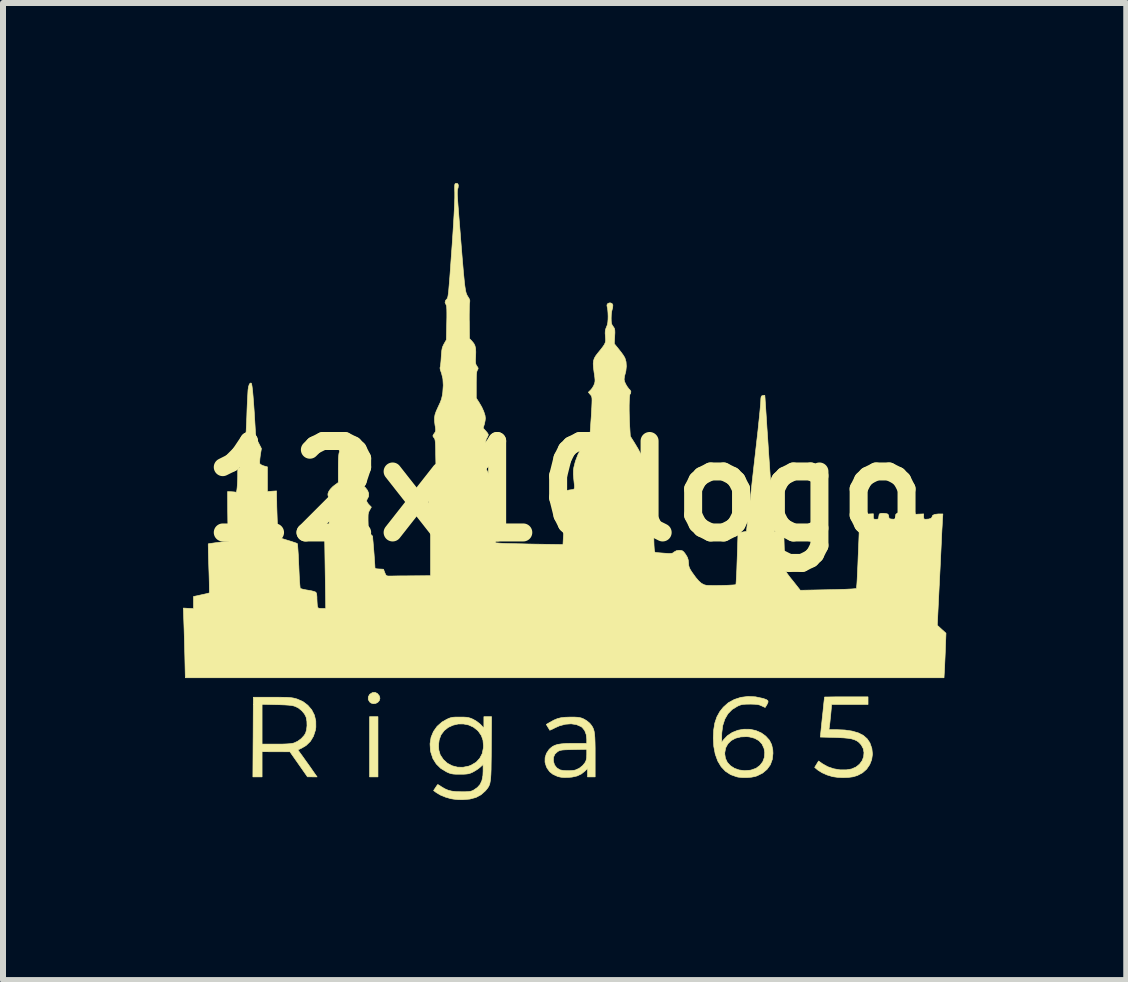
<source format=kicad_pcb>
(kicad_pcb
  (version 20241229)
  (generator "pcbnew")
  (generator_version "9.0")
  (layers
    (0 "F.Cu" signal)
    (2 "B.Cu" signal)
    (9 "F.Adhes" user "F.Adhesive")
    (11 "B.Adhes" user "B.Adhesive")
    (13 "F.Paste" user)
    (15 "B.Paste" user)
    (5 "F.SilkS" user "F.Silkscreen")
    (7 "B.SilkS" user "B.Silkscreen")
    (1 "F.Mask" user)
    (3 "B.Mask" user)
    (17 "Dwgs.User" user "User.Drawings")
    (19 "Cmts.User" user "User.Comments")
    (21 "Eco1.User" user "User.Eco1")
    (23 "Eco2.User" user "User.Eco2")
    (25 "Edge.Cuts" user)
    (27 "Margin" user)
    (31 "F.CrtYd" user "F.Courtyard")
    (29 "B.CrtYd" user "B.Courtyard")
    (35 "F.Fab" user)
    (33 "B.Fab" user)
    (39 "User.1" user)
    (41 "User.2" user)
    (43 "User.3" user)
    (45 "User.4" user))
  (footprint "12x10logo"
    (layer "F.Cu")
    (at 6.359 5.133)
    (property "Reference" "12x10logo" (at 0 0 0) (layer "F.SilkS") (effects (font (size 1.524 1.524) (thickness 0.3))))
    (attr through_hole)
    (fp_poly (pts (xy -3.111 4.763) (xy -3.251 4.763) (xy -3.251 3.759) (xy -3.111 3.759) (xy -3.111 4.763)) (stroke (width 0.01) (type solid)) (fill yes) (layer "F.SilkS"))
    (fp_poly (pts (xy -3.12 3.373) (xy -3.088 3.413) (xy -3.078 3.453) (xy -3.088 3.49) (xy -3.113 3.519) (xy -3.148 3.538) (xy -3.187 3.543) (xy -3.226 3.532) (xy -3.249 3.514) (xy -3.273 3.473) (xy -3.272 3.429) (xy -3.249 3.387) (xy -3.245 3.384) (xy -3.204 3.358) (xy -3.16 3.354) (xy -3.12 3.373)) (stroke (width 0.01) (type solid)) (fill yes) (layer "F.SilkS"))
    (fp_poly (pts (xy -4.771 3.435) (xy -4.693 3.436) (xy -4.632 3.437) (xy -4.586 3.44) (xy -4.549 3.444) (xy -4.518 3.449) (xy -4.489 3.456) (xy -4.461 3.464) (xy -4.362 3.507) (xy -4.28 3.569) (xy -4.215 3.645) (xy -4.17 3.733) (xy -4.147 3.831) (xy -4.146 3.935) (xy -4.153 3.984) (xy -4.186 4.085) (xy -4.237 4.17) (xy -4.308 4.239) (xy -4.382 4.283) (xy -4.445 4.313) (xy -4.358 4.433) (xy -4.314 4.495) (xy -4.265 4.563) (xy -4.22 4.627) (xy -4.199 4.658) (xy -4.125 4.763) (xy -4.206 4.762) (xy -4.286 4.761) (xy -4.432 4.552) (xy -4.578 4.344) (xy -5.042 4.343) (xy -5.042 4.763) (xy -5.195 4.763) (xy -5.192 4.216) (xy -5.042 4.216) (xy -4.809 4.216) (xy -4.71 4.216) (xy -4.632 4.213) (xy -4.574 4.209) (xy -4.531 4.202) (xy -4.513 4.198) (xy -4.449 4.169) (xy -4.388 4.124) (xy -4.339 4.07) (xy -4.317 4.033) (xy -4.301 3.978) (xy -4.293 3.91) (xy -4.295 3.838) (xy -4.307 3.772) (xy -4.308 3.767) (xy -4.336 3.712) (xy -4.381 3.659) (xy -4.437 3.614) (xy -4.49 3.588) (xy -4.519 3.579) (xy -4.555 3.572) (xy -4.603 3.567) (xy -4.665 3.563) (xy -4.746 3.56) (xy -4.797 3.559) (xy -5.042 3.553) (xy -5.042 4.216) (xy -5.192 4.216) (xy -5.191 4.099) (xy -5.188 3.435) (xy -4.87 3.435) (xy -4.771 3.435)) (stroke (width 0.01) (type solid)) (fill yes) (layer "F.SilkS"))
    (fp_poly (pts (xy 5.055 3.556) (xy 4.449 3.556) (xy 4.434 3.718) (xy 4.427 3.784) (xy 4.421 3.846) (xy 4.415 3.896) (xy 4.411 3.927) (xy 4.411 3.927) (xy 4.404 3.975) (xy 4.519 3.975) (xy 4.665 3.981) (xy 4.789 3.999) (xy 4.893 4.029) (xy 4.976 4.071) (xy 5.04 4.127) (xy 5.086 4.195) (xy 5.119 4.289) (xy 5.129 4.383) (xy 5.116 4.474) (xy 5.083 4.558) (xy 5.032 4.633) (xy 4.963 4.694) (xy 4.878 4.739) (xy 4.805 4.761) (xy 4.728 4.771) (xy 4.638 4.774) (xy 4.548 4.77) (xy 4.469 4.759) (xy 4.454 4.755) (xy 4.372 4.73) (xy 4.293 4.695) (xy 4.227 4.655) (xy 4.207 4.639) (xy 4.166 4.604) (xy 4.231 4.497) (xy 4.293 4.542) (xy 4.381 4.592) (xy 4.483 4.627) (xy 4.589 4.645) (xy 4.695 4.645) (xy 4.782 4.63) (xy 4.856 4.597) (xy 4.914 4.55) (xy 4.957 4.492) (xy 4.982 4.426) (xy 4.988 4.358) (xy 4.975 4.29) (xy 4.941 4.228) (xy 4.902 4.186) (xy 4.869 4.162) (xy 4.83 4.144) (xy 4.782 4.129) (xy 4.722 4.119) (xy 4.646 4.112) (xy 4.549 4.107) (xy 4.495 4.105) (xy 4.26 4.099) (xy 4.294 3.767) (xy 4.304 3.678) (xy 4.312 3.598) (xy 4.319 3.53) (xy 4.325 3.478) (xy 4.329 3.444) (xy 4.33 3.432) (xy 4.342 3.431) (xy 4.377 3.431) (xy 4.43 3.43) (xy 4.5 3.429) (xy 4.582 3.429) (xy 4.673 3.429) (xy 4.693 3.429) (xy 5.055 3.429) (xy 5.055 3.556)) (stroke (width 0.01) (type solid)) (fill yes) (layer "F.SilkS"))
    (fp_poly (pts (xy 3.179 3.428) (xy 3.306 3.455) (xy 3.312 3.457) (xy 3.36 3.474) (xy 3.385 3.491) (xy 3.39 3.514) (xy 3.376 3.547) (xy 3.366 3.565) (xy 3.341 3.606) (xy 3.28 3.578) (xy 3.247 3.564) (xy 3.212 3.556) (xy 3.168 3.552) (xy 3.108 3.55) (xy 3.086 3.55) (xy 3.022 3.551) (xy 2.976 3.554) (xy 2.94 3.561) (xy 2.905 3.573) (xy 2.881 3.584) (xy 2.792 3.638) (xy 2.721 3.71) (xy 2.669 3.8) (xy 2.634 3.907) (xy 2.618 4.031) (xy 2.617 4.083) (xy 2.617 4.185) (xy 2.645 4.147) (xy 2.713 4.075) (xy 2.795 4.021) (xy 2.888 3.985) (xy 2.986 3.968) (xy 3.087 3.969) (xy 3.185 3.99) (xy 3.277 4.03) (xy 3.35 4.083) (xy 3.411 4.15) (xy 3.449 4.225) (xy 3.468 4.312) (xy 3.471 4.369) (xy 3.46 4.471) (xy 3.427 4.561) (xy 3.372 4.637) (xy 3.298 4.699) (xy 3.206 4.745) (xy 3.175 4.755) (xy 3.115 4.767) (xy 3.042 4.773) (xy 2.965 4.773) (xy 2.895 4.767) (xy 2.867 4.761) (xy 2.766 4.725) (xy 2.68 4.669) (xy 2.608 4.593) (xy 2.551 4.498) (xy 2.51 4.385) (xy 2.508 4.376) (xy 2.667 4.376) (xy 2.679 4.453) (xy 2.711 4.521) (xy 2.762 4.576) (xy 2.828 4.619) (xy 2.907 4.647) (xy 2.996 4.658) (xy 3.091 4.651) (xy 3.11 4.647) (xy 3.189 4.619) (xy 3.254 4.571) (xy 3.301 4.51) (xy 3.328 4.437) (xy 3.334 4.357) (xy 3.323 4.29) (xy 3.289 4.216) (xy 3.237 4.159) (xy 3.166 4.119) (xy 3.077 4.096) (xy 3.034 4.092) (xy 2.934 4.096) (xy 2.847 4.118) (xy 2.775 4.157) (xy 2.72 4.211) (xy 2.683 4.279) (xy 2.668 4.36) (xy 2.667 4.376) (xy 2.508 4.376) (xy 2.485 4.256) (xy 2.477 4.116) (xy 2.483 3.981) (xy 2.502 3.865) (xy 2.536 3.764) (xy 2.585 3.675) (xy 2.644 3.601) (xy 2.727 3.527) (xy 2.826 3.473) (xy 2.936 3.437) (xy 3.055 3.422) (xy 3.179 3.428)) (stroke (width 0.01) (type solid)) (fill yes) (layer "F.SilkS"))
    (fp_poly (pts (xy 0.163 3.766) (xy 0.213 3.769) (xy 0.25 3.774) (xy 0.281 3.782) (xy 0.313 3.795) (xy 0.315 3.796) (xy 0.365 3.825) (xy 0.412 3.863) (xy 0.426 3.878) (xy 0.448 3.906) (xy 0.466 3.934) (xy 0.48 3.965) (xy 0.491 4.003) (xy 0.498 4.05) (xy 0.503 4.11) (xy 0.506 4.185) (xy 0.508 4.28) (xy 0.508 4.396) (xy 0.508 4.409) (xy 0.508 4.763) (xy 0.381 4.763) (xy 0.381 4.622) (xy 0.338 4.665) (xy 0.277 4.714) (xy 0.207 4.747) (xy 0.122 4.766) (xy 0.057 4.771) (xy -0.01 4.772) (xy -0.06 4.768) (xy -0.104 4.759) (xy -0.124 4.752) (xy -0.196 4.719) (xy -0.249 4.677) (xy -0.291 4.619) (xy -0.305 4.591) (xy -0.327 4.518) (xy -0.327 4.5) (xy -0.188 4.5) (xy -0.187 4.503) (xy -0.169 4.563) (xy -0.132 4.611) (xy -0.082 4.643) (xy -0.07 4.647) (xy -0.025 4.655) (xy 0.035 4.659) (xy 0.098 4.658) (xy 0.154 4.653) (xy 0.178 4.648) (xy 0.243 4.619) (xy 0.302 4.572) (xy 0.34 4.524) (xy 0.357 4.488) (xy 0.366 4.446) (xy 0.368 4.39) (xy 0.368 4.303) (xy 0.149 4.307) (xy 0.069 4.309) (xy 0.009 4.311) (xy -0.034 4.314) (xy -0.065 4.319) (xy -0.087 4.325) (xy -0.106 4.335) (xy -0.116 4.34) (xy -0.161 4.381) (xy -0.185 4.433) (xy -0.188 4.5) (xy -0.327 4.5) (xy -0.326 4.442) (xy -0.303 4.37) (xy -0.259 4.305) (xy -0.237 4.284) (xy -0.202 4.256) (xy -0.162 4.236) (xy -0.115 4.221) (xy -0.055 4.212) (xy 0.02 4.206) (xy 0.116 4.204) (xy 0.155 4.204) (xy 0.368 4.204) (xy 0.368 4.132) (xy 0.359 4.056) (xy 0.334 3.99) (xy 0.294 3.94) (xy 0.274 3.925) (xy 0.196 3.891) (xy 0.108 3.878) (xy 0.012 3.885) (xy -0.088 3.912) (xy -0.158 3.943) (xy -0.199 3.964) (xy -0.231 3.978) (xy -0.247 3.985) (xy -0.248 3.985) (xy -0.255 3.973) (xy -0.27 3.947) (xy -0.278 3.935) (xy -0.306 3.888) (xy -0.248 3.854) (xy -0.181 3.817) (xy -0.122 3.792) (xy -0.063 3.777) (xy 0.004 3.769) (xy 0.087 3.766) (xy 0.095 3.766) (xy 0.163 3.766)) (stroke (width 0.01) (type solid)) (fill yes) (layer "F.SilkS"))
    (fp_poly (pts (xy -1.222 4.289) (xy -1.223 4.428) (xy -1.225 4.544) (xy -1.226 4.64) (xy -1.229 4.717) (xy -1.233 4.78) (xy -1.239 4.829) (xy -1.246 4.869) (xy -1.256 4.9) (xy -1.269 4.927) (xy -1.285 4.951) (xy -1.304 4.975) (xy -1.323 4.997) (xy -1.394 5.06) (xy -1.478 5.105) (xy -1.579 5.132) (xy -1.698 5.142) (xy -1.725 5.142) (xy -1.786 5.14) (xy -1.85 5.133) (xy -1.899 5.125) (xy -1.988 5.099) (xy -2.07 5.065) (xy -2.136 5.026) (xy -2.143 5.021) (xy -2.184 4.99) (xy -2.151 4.94) (xy -2.131 4.91) (xy -2.117 4.892) (xy -2.114 4.889) (xy -2.102 4.896) (xy -2.075 4.912) (xy -2.055 4.926) (xy -1.996 4.961) (xy -1.94 4.985) (xy -1.879 5) (xy -1.807 5.008) (xy -1.721 5.01) (xy -1.653 5.01) (xy -1.605 5.007) (xy -1.57 5.003) (xy -1.543 4.995) (xy -1.518 4.983) (xy -1.454 4.939) (xy -1.408 4.887) (xy -1.378 4.821) (xy -1.362 4.738) (xy -1.359 4.664) (xy -1.359 4.556) (xy -1.411 4.604) (xy -1.454 4.637) (xy -1.506 4.669) (xy -1.535 4.685) (xy -1.57 4.7) (xy -1.603 4.71) (xy -1.639 4.715) (xy -1.687 4.718) (xy -1.746 4.718) (xy -1.81 4.718) (xy -1.855 4.715) (xy -1.891 4.709) (xy -1.923 4.699) (xy -1.96 4.683) (xy -1.968 4.679) (xy -2.064 4.621) (xy -2.139 4.547) (xy -2.195 4.458) (xy -2.23 4.353) (xy -2.237 4.32) (xy -2.242 4.231) (xy -2.102 4.231) (xy -2.097 4.315) (xy -2.075 4.39) (xy -2.073 4.396) (xy -2.021 4.474) (xy -1.954 4.535) (xy -1.875 4.577) (xy -1.786 4.6) (xy -1.693 4.602) (xy -1.598 4.583) (xy -1.556 4.566) (xy -1.475 4.518) (xy -1.415 4.453) (xy -1.374 4.375) (xy -1.355 4.282) (xy -1.353 4.242) (xy -1.361 4.151) (xy -1.388 4.074) (xy -1.435 4.006) (xy -1.451 3.988) (xy -1.521 3.933) (xy -1.601 3.897) (xy -1.687 3.88) (xy -1.775 3.881) (xy -1.86 3.901) (xy -1.939 3.937) (xy -2.006 3.99) (xy -2.058 4.059) (xy -2.063 4.069) (xy -2.091 4.146) (xy -2.102 4.231) (xy -2.242 4.231) (xy -2.243 4.208) (xy -2.226 4.102) (xy -2.186 4.006) (xy -2.126 3.921) (xy -2.045 3.849) (xy -1.968 3.805) (xy -1.93 3.787) (xy -1.897 3.776) (xy -1.863 3.769) (xy -1.82 3.766) (xy -1.761 3.766) (xy -1.746 3.766) (xy -1.682 3.766) (xy -1.636 3.769) (xy -1.6 3.775) (xy -1.567 3.785) (xy -1.529 3.801) (xy -1.527 3.802) (xy -1.468 3.836) (xy -1.415 3.877) (xy -1.397 3.894) (xy -1.346 3.949) (xy -1.346 3.759) (xy -1.218 3.759) (xy -1.222 4.289)) (stroke (width 0.01) (type solid)) (fill yes) (layer "F.SilkS"))
    (fp_poly (pts (xy -1.782 -5.123) (xy -1.771 -5.098) (xy -1.775 -5.058) (xy -1.779 -5.044) (xy -1.783 -5.034) (xy -1.785 -5.022) (xy -1.787 -5.008) (xy -1.788 -4.99) (xy -1.789 -4.965) (xy -1.788 -4.932) (xy -1.785 -4.888) (xy -1.782 -4.832) (xy -1.777 -4.762) (xy -1.77 -4.675) (xy -1.762 -4.571) (xy -1.752 -4.445) (xy -1.74 -4.298) (xy -1.733 -4.204) (xy -1.719 -4.032) (xy -1.707 -3.883) (xy -1.696 -3.756) (xy -1.687 -3.649) (xy -1.678 -3.559) (xy -1.671 -3.485) (xy -1.664 -3.425) (xy -1.657 -3.378) (xy -1.651 -3.34) (xy -1.644 -3.311) (xy -1.637 -3.288) (xy -1.629 -3.27) (xy -1.621 -3.254) (xy -1.612 -3.24) (xy -1.589 -3.202) (xy -1.58 -3.173) (xy -1.582 -3.146) (xy -1.583 -3.143) (xy -1.586 -3.12) (xy -1.588 -3.075) (xy -1.589 -3.013) (xy -1.59 -2.939) (xy -1.59 -2.857) (xy -1.589 -2.824) (xy -1.586 -2.542) (xy -1.543 -2.496) (xy -1.514 -2.461) (xy -1.495 -2.423) (xy -1.484 -2.378) (xy -1.481 -2.32) (xy -1.483 -2.243) (xy -1.486 -2.185) (xy -1.485 -2.145) (xy -1.481 -2.119) (xy -1.473 -2.098) (xy -1.462 -2.082) (xy -1.444 -2.055) (xy -1.442 -2.037) (xy -1.453 -2.017) (xy -1.454 -2.016) (xy -1.461 -2.001) (xy -1.466 -1.977) (xy -1.47 -1.941) (xy -1.472 -1.889) (xy -1.473 -1.817) (xy -1.473 -1.769) (xy -1.473 -1.55) (xy -1.423 -1.472) (xy -1.381 -1.4) (xy -1.348 -1.327) (xy -1.327 -1.262) (xy -1.321 -1.214) (xy -1.325 -1.176) (xy -1.334 -1.13) (xy -1.339 -1.111) (xy -1.358 -1.05) (xy -1.314 -1.001) (xy -1.286 -0.968) (xy -1.273 -0.945) (xy -1.276 -0.922) (xy -1.291 -0.893) (xy -1.295 -0.886) (xy -1.305 -0.869) (xy -1.311 -0.849) (xy -1.316 -0.822) (xy -1.319 -0.784) (xy -1.32 -0.731) (xy -1.321 -0.658) (xy -1.321 -0.621) (xy -1.321 -0.397) (xy -1.237 -0.227) (xy -1.153 -0.058) (xy -1.162 0.152) (xy -1.171 0.362) (xy -1.132 0.411) (xy -1.109 0.443) (xy -1.094 0.467) (xy -1.092 0.475) (xy -1.1 0.493) (xy -1.119 0.521) (xy -1.13 0.535) (xy -1.167 0.58) (xy -1.159 0.721) (xy -1.152 0.862) (xy -1.062 0.869) (xy -1.028 0.871) (xy -0.973 0.873) (xy -0.899 0.875) (xy -0.81 0.877) (xy -0.711 0.879) (xy -0.603 0.882) (xy -0.5 0.884) (xy -0.028 0.891) (xy -0.021 0.76) (xy -0.018 0.709) (xy -0.015 0.638) (xy -0.011 0.552) (xy -0.007 0.459) (xy -0.003 0.363) (xy -0.001 0.319) (xy 0.003 0.232) (xy 0.007 0.154) (xy 0.012 0.088) (xy 0.016 0.038) (xy 0.02 0.006) (xy 0.023 -0.002) (xy 0.041 -0.01) (xy 0.075 -0.018) (xy 0.099 -0.021) (xy 0.128 -0.025) (xy 0.148 -0.029) (xy 0.159 -0.04) (xy 0.164 -0.06) (xy 0.163 -0.094) (xy 0.157 -0.147) (xy 0.152 -0.197) (xy 0.145 -0.279) (xy 0.146 -0.347) (xy 0.153 -0.396) (xy 0.179 -0.498) (xy 0.22 -0.605) (xy 0.272 -0.708) (xy 0.331 -0.798) (xy 0.37 -0.845) (xy 0.418 -0.897) (xy 0.431 -1.061) (xy 0.436 -1.143) (xy 0.443 -1.238) (xy 0.448 -1.332) (xy 0.452 -1.398) (xy 0.455 -1.467) (xy 0.456 -1.515) (xy 0.455 -1.548) (xy 0.451 -1.57) (xy 0.444 -1.587) (xy 0.433 -1.602) (xy 0.427 -1.608) (xy 0.395 -1.647) (xy 0.432 -1.683) (xy 0.461 -1.718) (xy 0.486 -1.762) (xy 0.491 -1.775) (xy 0.5 -1.8) (xy 0.505 -1.824) (xy 0.506 -1.852) (xy 0.503 -1.889) (xy 0.496 -1.943) (xy 0.49 -1.98) (xy 0.48 -2.061) (xy 0.476 -2.123) (xy 0.481 -2.172) (xy 0.495 -2.215) (xy 0.52 -2.257) (xy 0.552 -2.299) (xy 0.602 -2.36) (xy 0.637 -2.406) (xy 0.661 -2.441) (xy 0.675 -2.471) (xy 0.682 -2.499) (xy 0.682 -2.531) (xy 0.679 -2.57) (xy 0.679 -2.576) (xy 0.675 -2.631) (xy 0.677 -2.67) (xy 0.684 -2.702) (xy 0.697 -2.734) (xy 0.711 -2.77) (xy 0.719 -2.811) (xy 0.723 -2.863) (xy 0.724 -2.913) (xy 0.722 -2.97) (xy 0.718 -3.02) (xy 0.713 -3.056) (xy 0.709 -3.066) (xy 0.704 -3.101) (xy 0.72 -3.127) (xy 0.754 -3.137) (xy 0.757 -3.137) (xy 0.788 -3.127) (xy 0.803 -3.1) (xy 0.8 -3.057) (xy 0.794 -3.035) (xy 0.784 -2.995) (xy 0.777 -2.94) (xy 0.775 -2.884) (xy 0.775 -2.884) (xy 0.776 -2.831) (xy 0.78 -2.796) (xy 0.79 -2.769) (xy 0.808 -2.743) (xy 0.808 -2.742) (xy 0.823 -2.721) (xy 0.832 -2.701) (xy 0.836 -2.675) (xy 0.837 -2.638) (xy 0.834 -2.583) (xy 0.834 -2.577) (xy 0.827 -2.456) (xy 0.904 -2.361) (xy 0.941 -2.314) (xy 0.975 -2.267) (xy 0.999 -2.228) (xy 1.005 -2.216) (xy 1.023 -2.154) (xy 1.028 -2.079) (xy 1.02 -2.001) (xy 1.01 -1.961) (xy 0.998 -1.916) (xy 0.992 -1.874) (xy 0.991 -1.86) (xy 0.998 -1.825) (xy 1.018 -1.781) (xy 1.045 -1.736) (xy 1.074 -1.699) (xy 1.084 -1.691) (xy 1.103 -1.662) (xy 1.1 -1.63) (xy 1.089 -1.615) (xy 1.084 -1.597) (xy 1.08 -1.557) (xy 1.077 -1.499) (xy 1.075 -1.427) (xy 1.075 -1.345) (xy 1.077 -1.256) (xy 1.08 -1.165) (xy 1.084 -1.074) (xy 1.086 -1.045) (xy 1.094 -0.914) (xy 1.164 -0.803) (xy 1.224 -0.703) (xy 1.27 -0.616) (xy 1.304 -0.537) (xy 1.326 -0.459) (xy 1.339 -0.378) (xy 1.345 -0.286) (xy 1.346 -0.221) (xy 1.346 -0.054) (xy 1.4 -0.043) (xy 1.434 -0.034) (xy 1.451 -0.02) (xy 1.46 0.007) (xy 1.462 0.019) (xy 1.464 0.043) (xy 1.467 0.09) (xy 1.469 0.155) (xy 1.472 0.236) (xy 1.475 0.33) (xy 1.477 0.433) (xy 1.48 0.542) (xy 1.48 0.543) (xy 1.482 0.666) (xy 1.485 0.766) (xy 1.487 0.845) (xy 1.489 0.906) (xy 1.492 0.951) (xy 1.495 0.983) (xy 1.499 1.003) (xy 1.503 1.015) (xy 1.508 1.02) (xy 1.51 1.021) (xy 1.531 1.024) (xy 1.57 1.028) (xy 1.623 1.032) (xy 1.662 1.035) (xy 1.721 1.039) (xy 1.761 1.039) (xy 1.787 1.037) (xy 1.805 1.03) (xy 1.819 1.019) (xy 1.823 1.015) (xy 1.865 0.992) (xy 1.903 0.987) (xy 1.938 0.989) (xy 1.963 0.996) (xy 1.985 1.014) (xy 2.011 1.048) (xy 2.021 1.063) (xy 2.046 1.106) (xy 2.059 1.148) (xy 2.064 1.196) (xy 2.067 1.238) (xy 2.076 1.271) (xy 2.092 1.306) (xy 2.12 1.35) (xy 2.128 1.361) (xy 2.185 1.44) (xy 2.234 1.497) (xy 2.279 1.537) (xy 2.322 1.56) (xy 2.356 1.569) (xy 2.387 1.572) (xy 2.435 1.573) (xy 2.495 1.574) (xy 2.563 1.573) (xy 2.633 1.572) (xy 2.701 1.57) (xy 2.762 1.567) (xy 2.811 1.564) (xy 2.843 1.561) (xy 2.853 1.558) (xy 2.855 1.544) (xy 2.858 1.508) (xy 2.861 1.452) (xy 2.865 1.379) (xy 2.869 1.294) (xy 2.872 1.198) (xy 2.875 1.121) (xy 2.889 0.692) (xy 2.958 0.683) (xy 2.997 0.677) (xy 3.022 0.672) (xy 3.029 0.67) (xy 3.031 0.657) (xy 3.035 0.619) (xy 3.042 0.559) (xy 3.052 0.477) (xy 3.064 0.375) (xy 3.078 0.253) (xy 3.094 0.114) (xy 3.112 -0.043) (xy 3.131 -0.216) (xy 3.152 -0.403) (xy 3.175 -0.604) (xy 3.199 -0.817) (xy 3.208 -0.895) (xy 3.221 -1.009) (xy 3.232 -1.119) (xy 3.243 -1.221) (xy 3.252 -1.312) (xy 3.259 -1.389) (xy 3.264 -1.448) (xy 3.267 -1.485) (xy 3.267 -1.488) (xy 3.269 -1.538) (xy 3.273 -1.567) (xy 3.28 -1.583) (xy 3.292 -1.59) (xy 3.302 -1.592) (xy 3.326 -1.596) (xy 3.335 -1.596) (xy 3.336 -1.583) (xy 3.339 -1.549) (xy 3.342 -1.498) (xy 3.347 -1.433) (xy 3.351 -1.365) (xy 3.357 -1.275) (xy 3.364 -1.17) (xy 3.371 -1.052) (xy 3.38 -0.924) (xy 3.389 -0.788) (xy 3.398 -0.647) (xy 3.408 -0.503) (xy 3.418 -0.358) (xy 3.428 -0.214) (xy 3.437 -0.075) (xy 3.447 0.058) (xy 3.455 0.183) (xy 3.463 0.296) (xy 3.47 0.397) (xy 3.476 0.481) (xy 3.481 0.548) (xy 3.485 0.594) (xy 3.487 0.617) (xy 3.487 0.619) (xy 3.494 0.672) (xy 3.573 0.676) (xy 3.651 0.679) (xy 3.659 0.94) (xy 3.662 1.023) (xy 3.664 1.102) (xy 3.666 1.172) (xy 3.667 1.227) (xy 3.668 1.262) (xy 3.669 1.265) (xy 3.67 1.29) (xy 3.674 1.312) (xy 3.684 1.335) (xy 3.701 1.363) (xy 3.727 1.4) (xy 3.766 1.451) (xy 3.799 1.491) (xy 3.927 1.653) (xy 4.316 1.645) (xy 4.417 1.643) (xy 4.514 1.641) (xy 4.602 1.638) (xy 4.678 1.636) (xy 4.738 1.633) (xy 4.777 1.631) (xy 4.784 1.631) (xy 4.862 1.624) (xy 4.869 1.552) (xy 4.871 1.524) (xy 4.874 1.473) (xy 4.877 1.404) (xy 4.881 1.318) (xy 4.886 1.219) (xy 4.89 1.11) (xy 4.895 0.995) (xy 4.897 0.94) (xy 4.902 0.825) (xy 4.906 0.719) (xy 4.91 0.623) (xy 4.914 0.54) (xy 4.917 0.474) (xy 4.92 0.426) (xy 4.922 0.399) (xy 4.923 0.395) (xy 4.937 0.391) (xy 4.97 0.388) (xy 5.017 0.385) (xy 5.036 0.383) (xy 5.144 0.378) (xy 5.144 0.424) (xy 5.145 0.454) (xy 5.156 0.467) (xy 5.181 0.47) (xy 5.187 0.47) (xy 5.216 0.468) (xy 5.229 0.457) (xy 5.234 0.429) (xy 5.235 0.422) (xy 5.24 0.39) (xy 5.252 0.376) (xy 5.276 0.37) (xy 5.316 0.37) (xy 5.354 0.374) (xy 5.384 0.383) (xy 5.397 0.402) (xy 5.4 0.423) (xy 5.405 0.449) (xy 5.417 0.461) (xy 5.444 0.466) (xy 5.458 0.467) (xy 5.512 0.471) (xy 5.512 0.426) (xy 5.515 0.395) (xy 5.526 0.378) (xy 5.551 0.372) (xy 5.594 0.375) (xy 5.614 0.378) (xy 5.654 0.385) (xy 5.675 0.393) (xy 5.685 0.407) (xy 5.687 0.422) (xy 5.692 0.443) (xy 5.703 0.454) (xy 5.729 0.457) (xy 5.753 0.457) (xy 5.79 0.456) (xy 5.809 0.45) (xy 5.817 0.436) (xy 5.819 0.422) (xy 5.823 0.403) (xy 5.832 0.392) (xy 5.854 0.387) (xy 5.895 0.384) (xy 5.902 0.384) (xy 5.982 0.38) (xy 5.982 0.425) (xy 5.984 0.455) (xy 5.995 0.468) (xy 6.012 0.47) (xy 6.066 0.466) (xy 6.104 0.454) (xy 6.121 0.436) (xy 6.121 0.431) (xy 6.133 0.404) (xy 6.168 0.388) (xy 6.226 0.381) (xy 6.236 0.381) (xy 6.302 0.381) (xy 6.294 0.505) (xy 6.291 0.572) (xy 6.286 0.652) (xy 6.282 0.733) (xy 6.28 0.781) (xy 6.278 0.824) (xy 6.275 0.89) (xy 6.271 0.974) (xy 6.266 1.074) (xy 6.261 1.187) (xy 6.255 1.31) (xy 6.248 1.439) (xy 6.242 1.571) (xy 6.241 1.585) (xy 6.209 2.236) (xy 6.281 2.302) (xy 6.354 2.368) (xy 6.345 2.603) (xy 6.342 2.69) (xy 6.338 2.78) (xy 6.334 2.865) (xy 6.331 2.937) (xy 6.329 2.975) (xy 6.321 3.111) (xy -6.321 3.111) (xy -6.329 2.753) (xy -6.332 2.645) (xy -6.335 2.532) (xy -6.338 2.42) (xy -6.341 2.315) (xy -6.344 2.225) (xy -6.346 2.172) (xy -6.354 1.949) (xy -6.269 1.954) (xy -6.185 1.958) (xy -6.185 1.757) (xy -6.056 1.729) (xy -6.002 1.717) (xy -5.957 1.707) (xy -5.929 1.699) (xy -5.921 1.696) (xy -5.92 1.682) (xy -5.92 1.647) (xy -5.921 1.592) (xy -5.922 1.52) (xy -5.924 1.436) (xy -5.927 1.341) (xy -5.929 1.287) (xy -5.932 1.189) (xy -5.935 1.098) (xy -5.937 1.02) (xy -5.938 0.956) (xy -5.939 0.909) (xy -5.939 0.884) (xy -5.938 0.879) (xy -5.925 0.876) (xy -5.891 0.871) (xy -5.841 0.864) (xy -5.781 0.856) (xy -5.766 0.854) (xy -5.598 0.834) (xy -5.605 0.744) (xy -5.607 0.706) (xy -5.61 0.647) (xy -5.611 0.573) (xy -5.613 0.487) (xy -5.614 0.395) (xy -5.615 0.331) (xy -5.617 0.008) (xy -5.549 0.011) (xy -5.509 0.014) (xy -5.481 0.018) (xy -5.473 0.02) (xy -5.468 0.011) (xy -5.462 -0.019) (xy -5.457 -0.064) (xy -5.453 -0.12) (xy -5.45 -0.183) (xy -5.448 -0.247) (xy -5.448 -0.273) (xy -5.448 -0.325) (xy -5.446 -0.357) (xy -5.44 -0.375) (xy -5.428 -0.385) (xy -5.411 -0.393) (xy -5.375 -0.411) (xy -5.353 -0.43) (xy -5.343 -0.456) (xy -5.345 -0.495) (xy -5.356 -0.552) (xy -5.359 -0.564) (xy -5.371 -0.616) (xy -5.38 -0.659) (xy -5.384 -0.688) (xy -5.385 -0.694) (xy -5.38 -0.714) (xy -5.368 -0.751) (xy -5.351 -0.797) (xy -5.347 -0.807) (xy -5.336 -0.835) (xy -5.327 -0.861) (xy -5.321 -0.887) (xy -5.315 -0.918) (xy -5.311 -0.956) (xy -5.307 -1.006) (xy -5.304 -1.071) (xy -5.3 -1.154) (xy -5.296 -1.254) (xy -5.293 -1.35) (xy -5.289 -1.443) (xy -5.285 -1.527) (xy -5.281 -1.598) (xy -5.278 -1.652) (xy -5.276 -1.685) (xy -5.268 -1.739) (xy -5.255 -1.778) (xy -5.24 -1.799) (xy -5.224 -1.799) (xy -5.221 -1.797) (xy -5.215 -1.779) (xy -5.208 -1.737) (xy -5.2 -1.671) (xy -5.192 -1.58) (xy -5.183 -1.465) (xy -5.173 -1.324) (xy -5.164 -1.175) (xy -5.147 -0.895) (xy -5.1 -0.802) (xy -5.053 -0.709) (xy -5.072 -0.593) (xy -5.079 -0.534) (xy -5.082 -0.488) (xy -5.081 -0.46) (xy -5.079 -0.456) (xy -5.061 -0.44) (xy -5.028 -0.425) (xy -5.011 -0.419) (xy -4.953 -0.403) (xy -4.953 0.008) (xy -4.877 0.002) (xy -4.801 -0.003) (xy -4.8 0.097) (xy -4.798 0.173) (xy -4.797 0.257) (xy -4.794 0.346) (xy -4.791 0.434) (xy -4.788 0.52) (xy -4.785 0.598) (xy -4.782 0.666) (xy -4.779 0.719) (xy -4.776 0.754) (xy -4.774 0.767) (xy -4.76 0.773) (xy -4.726 0.785) (xy -4.678 0.801) (xy -4.62 0.819) (xy -4.616 0.82) (xy -4.557 0.838) (xy -4.507 0.855) (xy -4.471 0.867) (xy -4.455 0.875) (xy -4.454 0.875) (xy -4.451 0.89) (xy -4.448 0.926) (xy -4.444 0.982) (xy -4.439 1.053) (xy -4.435 1.136) (xy -4.431 1.228) (xy -4.43 1.245) (xy -4.426 1.339) (xy -4.422 1.425) (xy -4.418 1.499) (xy -4.413 1.558) (xy -4.409 1.6) (xy -4.406 1.62) (xy -4.405 1.621) (xy -4.388 1.628) (xy -4.353 1.638) (xy -4.304 1.647) (xy -4.279 1.651) (xy -4.226 1.66) (xy -4.181 1.671) (xy -4.152 1.682) (xy -4.145 1.686) (xy -4.133 1.713) (xy -4.128 1.765) (xy -4.128 1.79) (xy -4.126 1.841) (xy -4.123 1.888) (xy -4.12 1.916) (xy -4.113 1.939) (xy -4.102 1.951) (xy -4.078 1.955) (xy -4.047 1.956) (xy -3.981 1.956) (xy -3.999 0.796) (xy -3.961 0.751) (xy -3.946 0.731) (xy -3.936 0.714) (xy -3.93 0.693) (xy -3.926 0.663) (xy -3.925 0.619) (xy -3.925 0.556) (xy -3.925 0.54) (xy -3.926 0.461) (xy -3.929 0.403) (xy -3.935 0.365) (xy -3.943 0.343) (xy -3.96 0.296) (xy -3.954 0.256) (xy -3.937 0.235) (xy -3.918 0.209) (xy -3.913 0.176) (xy -3.924 0.13) (xy -3.932 0.106) (xy -3.944 0.071) (xy -3.945 0.046) (xy -3.935 0.018) (xy -3.929 0.004) (xy -3.905 -0.031) (xy -3.868 -0.07) (xy -3.839 -0.094) (xy -3.772 -0.143) (xy -3.772 -0.376) (xy -3.771 -0.472) (xy -3.769 -0.548) (xy -3.764 -0.604) (xy -3.759 -0.636) (xy -3.757 -0.64) (xy -3.75 -0.665) (xy -3.759 -0.684) (xy -3.773 -0.697) (xy -3.793 -0.715) (xy -3.795 -0.729) (xy -3.78 -0.748) (xy -3.751 -0.77) (xy -3.714 -0.788) (xy -3.714 -0.788) (xy -3.673 -0.813) (xy -3.649 -0.848) (xy -3.626 -0.885) (xy -3.607 -0.897) (xy -3.59 -0.884) (xy -3.577 -0.86) (xy -3.552 -0.821) (xy -3.514 -0.801) (xy -3.478 -0.784) (xy -3.45 -0.764) (xy -3.449 -0.763) (xy -3.435 -0.745) (xy -3.435 -0.728) (xy -3.447 -0.7) (xy -3.449 -0.698) (xy -3.462 -0.663) (xy -3.461 -0.63) (xy -3.456 -0.609) (xy -3.451 -0.58) (xy -3.447 -0.531) (xy -3.444 -0.467) (xy -3.442 -0.394) (xy -3.442 -0.353) (xy -3.442 -0.143) (xy -3.378 -0.104) (xy -3.323 -0.061) (xy -3.285 -0.012) (xy -3.265 0.039) (xy -3.266 0.087) (xy -3.283 0.121) (xy -3.299 0.151) (xy -3.296 0.178) (xy -3.275 0.21) (xy -3.262 0.225) (xy -3.221 0.267) (xy -3.25 0.318) (xy -3.262 0.342) (xy -3.27 0.365) (xy -3.275 0.394) (xy -3.276 0.434) (xy -3.276 0.49) (xy -3.275 0.527) (xy -3.273 0.592) (xy -3.27 0.638) (xy -3.266 0.668) (xy -3.259 0.688) (xy -3.248 0.703) (xy -3.235 0.716) (xy -3.213 0.738) (xy -3.201 0.751) (xy -3.2 0.752) (xy -3.199 0.765) (xy -3.197 0.8) (xy -3.192 0.851) (xy -3.187 0.916) (xy -3.181 0.984) (xy -3.175 1.061) (xy -3.17 1.131) (xy -3.166 1.19) (xy -3.163 1.233) (xy -3.162 1.253) (xy -3.161 1.277) (xy -3.154 1.289) (xy -3.134 1.295) (xy -3.095 1.298) (xy -3.091 1.298) (xy -3.019 1.302) (xy -2.997 1.359) (xy -2.982 1.394) (xy -2.967 1.41) (xy -2.945 1.415) (xy -2.935 1.415) (xy -2.912 1.415) (xy -2.867 1.415) (xy -2.805 1.414) (xy -2.729 1.413) (xy -2.643 1.413) (xy -2.565 1.412) (xy -2.235 1.41) (xy -2.235 0.604) (xy -2.281 0.557) (xy -2.327 0.51) (xy -2.293 0.466) (xy -2.265 0.413) (xy -2.252 0.349) (xy -2.254 0.27) (xy -2.269 0.189) (xy -2.28 0.127) (xy -2.289 0.061) (xy -2.292 0.005) (xy -2.292 0) (xy -2.291 -0.037) (xy -2.287 -0.068) (xy -2.278 -0.1) (xy -2.262 -0.14) (xy -2.236 -0.192) (xy -2.218 -0.227) (xy -2.144 -0.371) (xy -2.149 -0.616) (xy -2.15 -0.702) (xy -2.152 -0.767) (xy -2.155 -0.814) (xy -2.159 -0.846) (xy -2.164 -0.867) (xy -2.171 -0.881) (xy -2.175 -0.886) (xy -2.192 -0.907) (xy -2.195 -0.925) (xy -2.182 -0.948) (xy -2.171 -0.964) (xy -2.157 -0.984) (xy -2.151 -1.003) (xy -2.15 -1.029) (xy -2.155 -1.07) (xy -2.16 -1.097) (xy -2.168 -1.163) (xy -2.169 -1.219) (xy -2.161 -1.271) (xy -2.142 -1.327) (xy -2.111 -1.396) (xy -2.104 -1.411) (xy -2.073 -1.478) (xy -2.052 -1.535) (xy -2.039 -1.592) (xy -2.031 -1.644) (xy -2.023 -1.763) (xy -2.029 -1.87) (xy -2.051 -1.961) (xy -2.059 -1.983) (xy -2.072 -2.02) (xy -2.077 -2.049) (xy -2.076 -2.059) (xy -2.071 -2.077) (xy -2.066 -2.115) (xy -2.061 -2.167) (xy -2.057 -2.228) (xy -2.057 -2.23) (xy -2.052 -2.298) (xy -2.047 -2.347) (xy -2.04 -2.383) (xy -2.03 -2.413) (xy -2.015 -2.444) (xy -2.01 -2.453) (xy -1.971 -2.521) (xy -1.965 -2.801) (xy -1.963 -2.897) (xy -1.963 -2.97) (xy -1.964 -3.025) (xy -1.966 -3.063) (xy -1.969 -3.088) (xy -1.975 -3.103) (xy -1.976 -3.105) (xy -1.993 -3.143) (xy -1.984 -3.177) (xy -1.97 -3.193) (xy -1.962 -3.201) (xy -1.955 -3.212) (xy -1.949 -3.228) (xy -1.944 -3.251) (xy -1.939 -3.285) (xy -1.933 -3.332) (xy -1.928 -3.393) (xy -1.921 -3.473) (xy -1.913 -3.573) (xy -1.905 -3.683) (xy -1.889 -3.911) (xy -1.874 -4.116) (xy -1.862 -4.296) (xy -1.852 -4.455) (xy -1.844 -4.592) (xy -1.838 -4.709) (xy -1.834 -4.807) (xy -1.831 -4.886) (xy -1.831 -4.948) (xy -1.831 -4.972) (xy -1.833 -5.036) (xy -1.833 -5.08) (xy -1.831 -5.106) (xy -1.826 -5.12) (xy -1.817 -5.126) (xy -1.808 -5.128) (xy -1.782 -5.123)) (stroke (width 0.01) (type solid)) (fill yes) (layer "F.SilkS")))
  (gr_rect
    (start -3 -3)
    (end 15.717 13.281)
    (stroke (width 0.1) (type default))
    (fill no)
    (layer "Edge.Cuts")))
</source>
